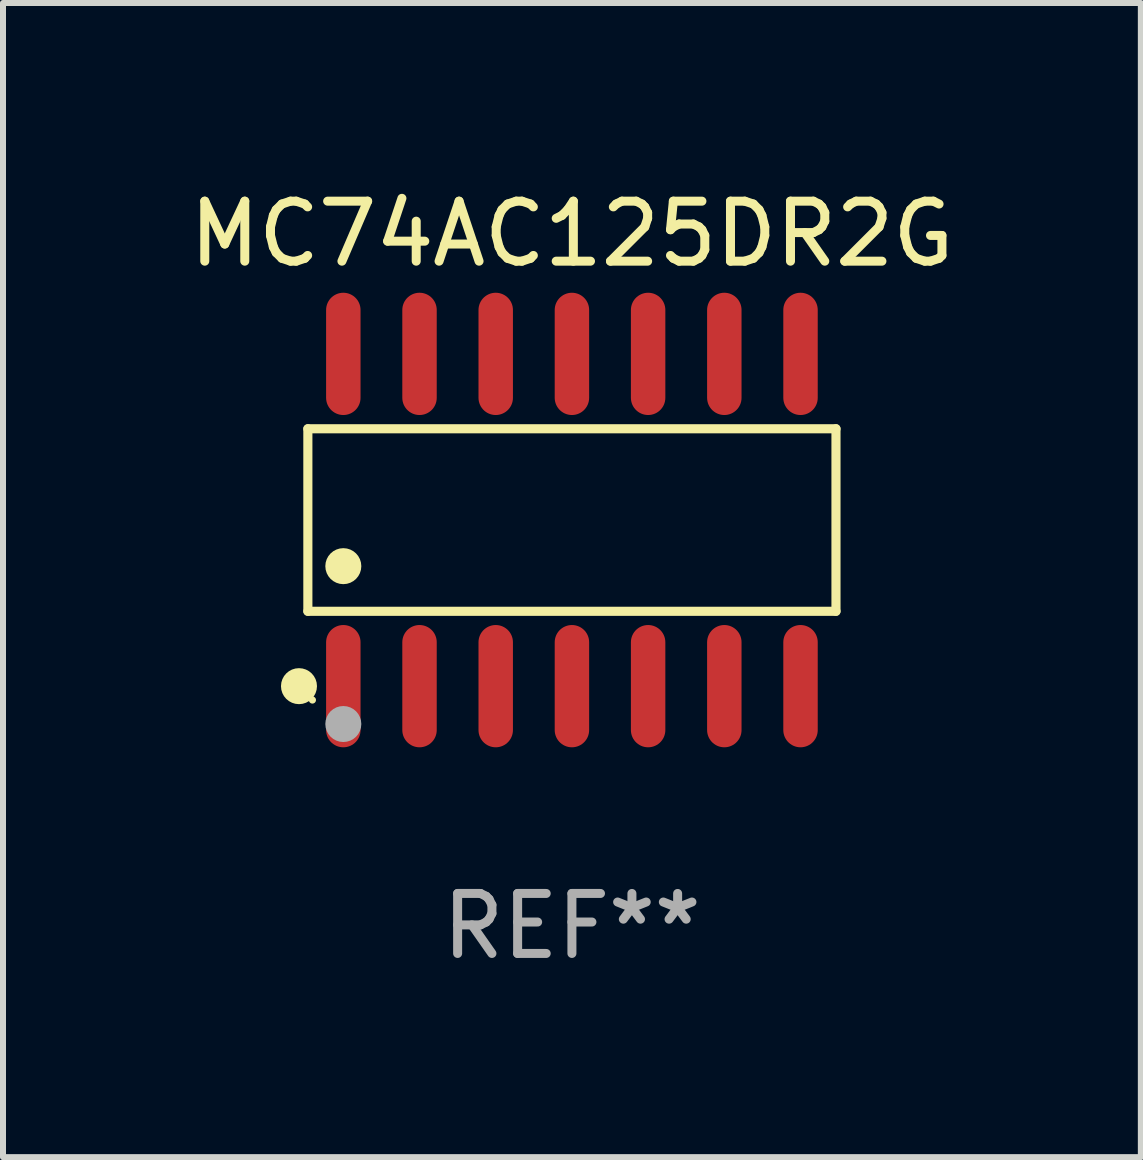
<source format=kicad_pcb>
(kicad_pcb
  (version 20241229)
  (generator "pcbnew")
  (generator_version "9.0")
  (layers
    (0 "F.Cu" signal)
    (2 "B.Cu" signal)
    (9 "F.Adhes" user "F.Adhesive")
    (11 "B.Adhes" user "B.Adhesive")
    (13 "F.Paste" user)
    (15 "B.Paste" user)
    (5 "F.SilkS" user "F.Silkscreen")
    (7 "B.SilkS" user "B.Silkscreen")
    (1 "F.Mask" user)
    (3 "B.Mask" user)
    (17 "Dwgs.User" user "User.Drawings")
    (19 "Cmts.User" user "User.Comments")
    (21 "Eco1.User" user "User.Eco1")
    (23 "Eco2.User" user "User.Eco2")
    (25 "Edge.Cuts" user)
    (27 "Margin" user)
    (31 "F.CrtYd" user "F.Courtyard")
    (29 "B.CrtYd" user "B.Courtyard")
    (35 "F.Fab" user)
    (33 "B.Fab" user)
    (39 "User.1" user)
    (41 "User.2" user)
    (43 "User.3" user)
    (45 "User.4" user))
  (footprint "MC74AC125DR2G"
    (layer "F.Cu")
    (at 6.482 5.617)
    (property "Reference" "MC74AC125DR2G" (at 0 -4.769 0) (layer "F.SilkS") (effects (font (size 1 1) (thickness 0.15))))
    (attr through_hole)
    (fp_line (start -4.401 -1.521) (end 4.401 -1.521) (stroke (width 0.152) (type solid)) (layer "F.SilkS"))
    (fp_line (start -4.401 1.521) (end -4.401 -1.521) (stroke (width 0.152) (type solid)) (layer "F.SilkS"))
    (fp_line (start 4.401 -1.521) (end 4.401 1.521) (stroke (width 0.152) (type solid)) (layer "F.SilkS"))
    (fp_line (start 4.401 1.521) (end -4.401 1.521) (stroke (width 0.152) (type solid)) (layer "F.SilkS"))
    (fp_circle (center -4.549 2.769) (end -4.399 2.769) (stroke (width 0.3) (type solid)) (fill no) (layer "F.SilkS"))
    (fp_circle (center -4.325 3) (end -4.295 3) (stroke (width 0.06) (type solid)) (fill no) (layer "F.SilkS"))
    (fp_circle (center -3.81 0.769) (end -3.66 0.769) (stroke (width 0.3) (type solid)) (fill no) (layer "F.SilkS"))
    (fp_circle (center -3.81 3.4) (end -3.66 3.4) (stroke (width 0.3) (type solid)) (fill no) (layer "F.Fab"))
    (fp_text user "REF**" (at 0 6.769 0) (layer "F.Fab") (effects (font (size 1 1) (thickness 0.15))))
    (pad "1" smd oval (at -3.81 2.769) (size 0.574 2.038) (layers "F.Cu" "F.Mask" "F.Paste"))
    (pad "2" smd oval (at -2.54 2.769) (size 0.574 2.038) (layers "F.Cu" "F.Mask" "F.Paste"))
    (pad "3" smd oval (at -1.27 2.769) (size 0.574 2.038) (layers "F.Cu" "F.Mask" "F.Paste"))
    (pad "4" smd oval (at 0 2.769) (size 0.574 2.038) (layers "F.Cu" "F.Mask" "F.Paste"))
    (pad "5" smd oval (at 1.27 2.769) (size 0.574 2.038) (layers "F.Cu" "F.Mask" "F.Paste"))
    (pad "6" smd oval (at 2.54 2.769) (size 0.574 2.038) (layers "F.Cu" "F.Mask" "F.Paste"))
    (pad "7" smd oval (at 3.81 2.769) (size 0.574 2.038) (layers "F.Cu" "F.Mask" "F.Paste"))
    (pad "8" smd oval (at 3.81 -2.769) (size 0.574 2.038) (layers "F.Cu" "F.Mask" "F.Paste"))
    (pad "9" smd oval (at 2.54 -2.769) (size 0.574 2.038) (layers "F.Cu" "F.Mask" "F.Paste"))
    (pad "10" smd oval (at 1.27 -2.769) (size 0.574 2.038) (layers "F.Cu" "F.Mask" "F.Paste"))
    (pad "11" smd oval (at 0 -2.769) (size 0.574 2.038) (layers "F.Cu" "F.Mask" "F.Paste"))
    (pad "12" smd oval (at -1.27 -2.769) (size 0.574 2.038) (layers "F.Cu" "F.Mask" "F.Paste"))
    (pad "13" smd oval (at -2.54 -2.769) (size 0.574 2.038) (layers "F.Cu" "F.Mask" "F.Paste"))
    (pad "14" smd oval (at -3.81 -2.769) (size 0.574 2.038) (layers "F.Cu" "F.Mask" "F.Paste")))
  (gr_rect
    (start -3 -3)
    (end 15.964 16.235)
    (stroke (width 0.1) (type default))
    (fill no)
    (layer "Edge.Cuts")))
</source>
